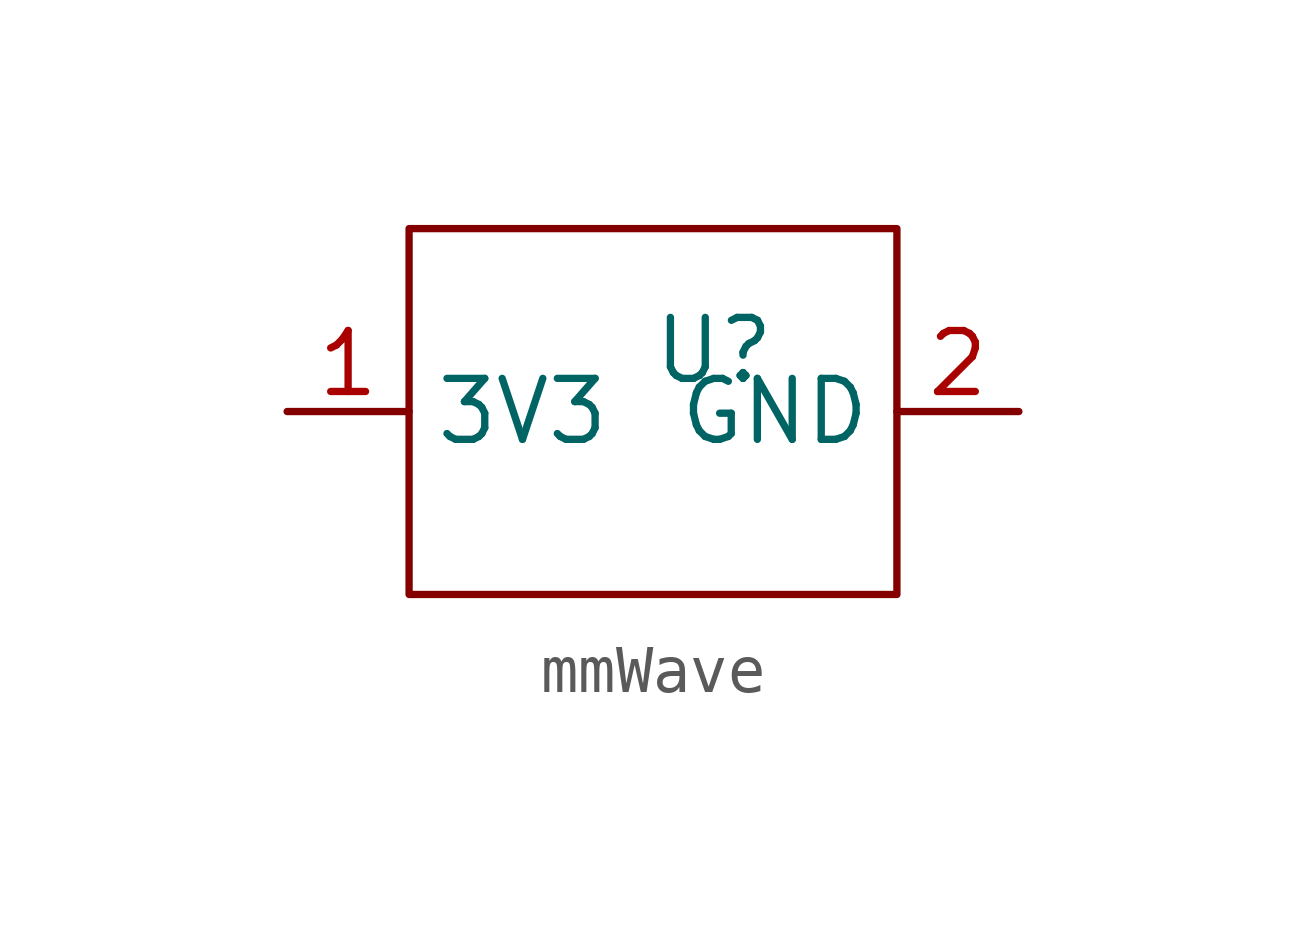
<source format=kicad_sym>
(kicad_symbol_lib
  (version 20240819)
  (generator "kicad_symbol_editor")
  (generator_version "8.99")
  (symbol "mmWave"
    (property "Reference" "U"
      (at 0 0 0)
      (effects (font (size 1.27 1.27))))
    (property "Value" ""
      (at 0 0 0)
      (effects (font (size 1.27 1.27))))
    (symbol "mmWave_0_1"
      (rectangle (start -6.35 2.54) (end 3.81 -5.08) (stroke (width 0) (type default)) (fill (type none))))
    (symbol "mmWave_1_1"
      (pin power_in line (at -8.89 -1.27 0) (length 2.54) (name "3V3" (effects (font (size 1.27 1.27)))) (number "1" (effects (font (size 1.27 1.27)))))
      (pin power_in line (at 6.35 -1.27 180) (length 2.54) (name "GND" (effects (font (size 1.27 1.27)))) (number "2" (effects (font (size 1.27 1.27))))))))
</source>
